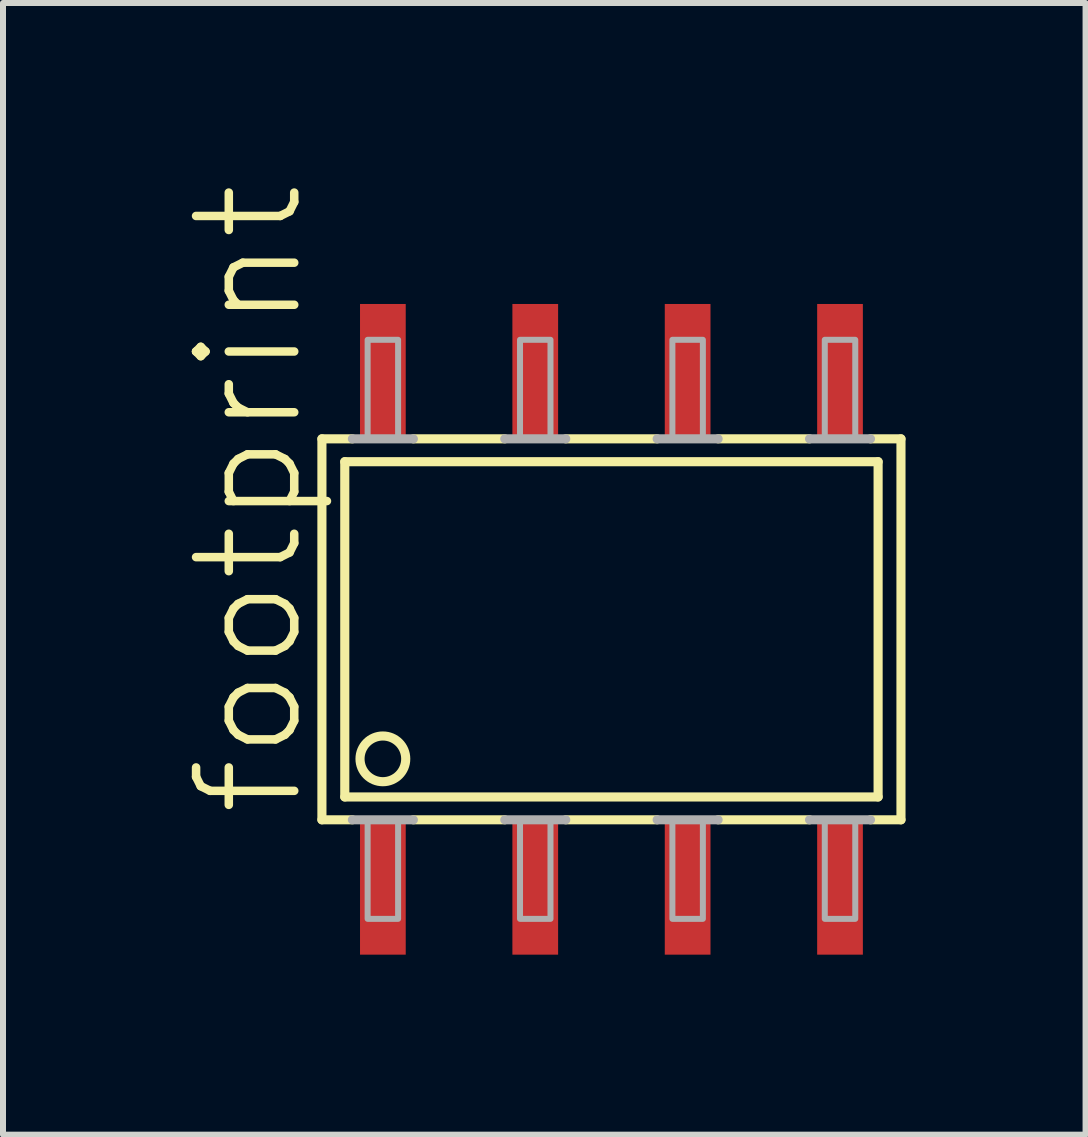
<source format=kicad_pcb>
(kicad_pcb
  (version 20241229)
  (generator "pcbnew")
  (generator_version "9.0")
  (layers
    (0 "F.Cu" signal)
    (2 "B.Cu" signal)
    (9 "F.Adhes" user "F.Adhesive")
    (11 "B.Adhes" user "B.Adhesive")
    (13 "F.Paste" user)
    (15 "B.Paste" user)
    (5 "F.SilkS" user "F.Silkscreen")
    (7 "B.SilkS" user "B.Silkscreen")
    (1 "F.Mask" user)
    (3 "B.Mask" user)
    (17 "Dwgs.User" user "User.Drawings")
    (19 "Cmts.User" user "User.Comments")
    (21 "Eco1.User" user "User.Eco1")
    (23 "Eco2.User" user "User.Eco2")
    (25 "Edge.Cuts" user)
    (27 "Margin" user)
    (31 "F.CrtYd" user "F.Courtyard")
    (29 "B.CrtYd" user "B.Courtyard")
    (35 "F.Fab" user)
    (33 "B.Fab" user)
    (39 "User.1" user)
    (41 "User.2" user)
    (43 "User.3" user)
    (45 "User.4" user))
  (footprint "footprint"
    (layer "F.Cu")
    (at 7.142 7.44)
    (property "Reference" "footprint" (at -5.08 3.175 90) (layer "F.SilkS") (effects (font (size 1.636 1.636) (thickness 0.142)) (justify left bottom)))
    (fp_line (start -4.826 -3.175) (end -4.826 3.175) (stroke (width 0.152) (type solid)) (layer "F.SilkS"))
    (fp_line (start -4.826 3.175) (end -4.318 3.175) (stroke (width 0.152) (type solid)) (layer "F.SilkS"))
    (fp_line (start -4.445 -2.794) (end 4.445 -2.794) (stroke (width 0.152) (type solid)) (layer "F.SilkS"))
    (fp_line (start -4.445 2.794) (end -4.445 -2.794) (stroke (width 0.152) (type solid)) (layer "F.SilkS"))
    (fp_line (start -4.318 -3.175) (end -4.826 -3.175) (stroke (width 0.152) (type solid)) (layer "F.SilkS"))
    (fp_line (start -3.302 3.175) (end -1.778 3.175) (stroke (width 0.152) (type solid)) (layer "F.SilkS"))
    (fp_line (start -1.778 -3.175) (end -3.302 -3.175) (stroke (width 0.152) (type solid)) (layer "F.SilkS"))
    (fp_line (start -0.762 3.175) (end 0.762 3.175) (stroke (width 0.152) (type solid)) (layer "F.SilkS"))
    (fp_line (start 0.762 -3.175) (end -0.762 -3.175) (stroke (width 0.152) (type solid)) (layer "F.SilkS"))
    (fp_line (start 1.778 3.175) (end 3.302 3.175) (stroke (width 0.152) (type solid)) (layer "F.SilkS"))
    (fp_line (start 3.302 -3.175) (end 1.778 -3.175) (stroke (width 0.152) (type solid)) (layer "F.SilkS"))
    (fp_line (start 4.318 3.175) (end 4.826 3.175) (stroke (width 0.152) (type solid)) (layer "F.SilkS"))
    (fp_line (start 4.445 -2.794) (end 4.445 2.794) (stroke (width 0.152) (type solid)) (layer "F.SilkS"))
    (fp_line (start 4.445 2.794) (end -4.445 2.794) (stroke (width 0.152) (type solid)) (layer "F.SilkS"))
    (fp_line (start 4.826 -3.175) (end 4.318 -3.175) (stroke (width 0.152) (type solid)) (layer "F.SilkS"))
    (fp_line (start 4.826 3.175) (end 4.826 -3.175) (stroke (width 0.152) (type solid)) (layer "F.SilkS"))
    (fp_circle (center -3.81 2.159) (end -3.429 2.159) (stroke (width 0.152) (type solid)) (fill no) (layer "F.SilkS"))
    (fp_line (start -4.318 3.175) (end -3.302 3.175) (stroke (width 0.152) (type solid)) (layer "F.Fab"))
    (fp_line (start -3.302 -3.175) (end -4.318 -3.175) (stroke (width 0.152) (type solid)) (layer "F.Fab"))
    (fp_line (start -1.778 3.175) (end -0.762 3.175) (stroke (width 0.152) (type solid)) (layer "F.Fab"))
    (fp_line (start -0.762 -3.175) (end -1.778 -3.175) (stroke (width 0.152) (type solid)) (layer "F.Fab"))
    (fp_line (start 0.762 3.175) (end 1.778 3.175) (stroke (width 0.152) (type solid)) (layer "F.Fab"))
    (fp_line (start 1.778 -3.175) (end 0.762 -3.175) (stroke (width 0.152) (type solid)) (layer "F.Fab"))
    (fp_line (start 3.302 3.175) (end 4.318 3.175) (stroke (width 0.152) (type solid)) (layer "F.Fab"))
    (fp_line (start 4.318 -3.175) (end 3.302 -3.175) (stroke (width 0.152) (type solid)) (layer "F.Fab"))
    (fp_poly (pts (xy -4.064 -3.175) (xy -3.556 -3.175) (xy -3.556 -4.826) (xy -4.064 -4.826)) (stroke (width 0.1) (type solid)) (fill no) (layer "F.Fab"))
    (fp_poly (pts (xy -4.064 4.826) (xy -3.556 4.826) (xy -3.556 3.175) (xy -4.064 3.175)) (stroke (width 0.1) (type solid)) (fill no) (layer "F.Fab"))
    (fp_poly (pts (xy -1.524 -3.175) (xy -1.016 -3.175) (xy -1.016 -4.826) (xy -1.524 -4.826)) (stroke (width 0.1) (type solid)) (fill no) (layer "F.Fab"))
    (fp_poly (pts (xy -1.524 4.826) (xy -1.016 4.826) (xy -1.016 3.175) (xy -1.524 3.175)) (stroke (width 0.1) (type solid)) (fill no) (layer "F.Fab"))
    (fp_poly (pts (xy 1.016 -3.175) (xy 1.524 -3.175) (xy 1.524 -4.826) (xy 1.016 -4.826)) (stroke (width 0.1) (type solid)) (fill no) (layer "F.Fab"))
    (fp_poly (pts (xy 1.016 4.826) (xy 1.524 4.826) (xy 1.524 3.175) (xy 1.016 3.175)) (stroke (width 0.1) (type solid)) (fill no) (layer "F.Fab"))
    (fp_poly (pts (xy 3.556 -3.175) (xy 4.064 -3.175) (xy 4.064 -4.826) (xy 3.556 -4.826)) (stroke (width 0.1) (type solid)) (fill no) (layer "F.Fab"))
    (fp_poly (pts (xy 3.556 4.826) (xy 4.064 4.826) (xy 4.064 3.175) (xy 3.556 3.175)) (stroke (width 0.1) (type solid)) (fill no) (layer "F.Fab"))
    (pad "1" smd rect (at -3.81 4.318) (size 0.762 2.21) (layers "F.Cu" "F.Mask" "F.Paste"))
    (pad "2" smd rect (at -1.27 4.318) (size 0.762 2.21) (layers "F.Cu" "F.Mask" "F.Paste"))
    (pad "3" smd rect (at 1.27 4.318) (size 0.762 2.21) (layers "F.Cu" "F.Mask" "F.Paste"))
    (pad "4" smd rect (at 3.81 4.318) (size 0.762 2.21) (layers "F.Cu" "F.Mask" "F.Paste"))
    (pad "5" smd rect (at 3.81 -4.318) (size 0.762 2.21) (layers "F.Cu" "F.Mask" "F.Paste"))
    (pad "6" smd rect (at 1.27 -4.318) (size 0.762 2.21) (layers "F.Cu" "F.Mask" "F.Paste"))
    (pad "7" smd rect (at -1.27 -4.318) (size 0.762 2.21) (layers "F.Cu" "F.Mask" "F.Paste"))
    (pad "8" smd rect (at -3.81 -4.318) (size 0.762 2.21) (layers "F.Cu" "F.Mask" "F.Paste")))
  (gr_rect
    (start -3 -3)
    (end 15.045 15.863)
    (stroke (width 0.1) (type default))
    (fill no)
    (layer "Edge.Cuts")))
</source>
